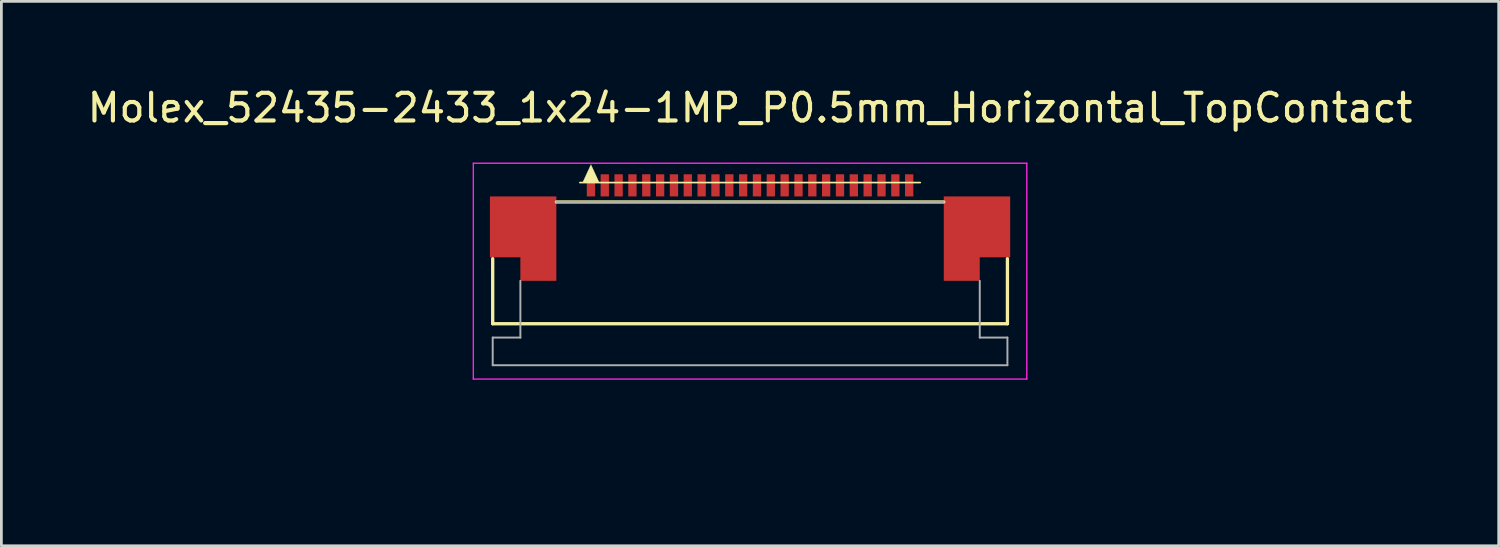
<source format=kicad_pcb>
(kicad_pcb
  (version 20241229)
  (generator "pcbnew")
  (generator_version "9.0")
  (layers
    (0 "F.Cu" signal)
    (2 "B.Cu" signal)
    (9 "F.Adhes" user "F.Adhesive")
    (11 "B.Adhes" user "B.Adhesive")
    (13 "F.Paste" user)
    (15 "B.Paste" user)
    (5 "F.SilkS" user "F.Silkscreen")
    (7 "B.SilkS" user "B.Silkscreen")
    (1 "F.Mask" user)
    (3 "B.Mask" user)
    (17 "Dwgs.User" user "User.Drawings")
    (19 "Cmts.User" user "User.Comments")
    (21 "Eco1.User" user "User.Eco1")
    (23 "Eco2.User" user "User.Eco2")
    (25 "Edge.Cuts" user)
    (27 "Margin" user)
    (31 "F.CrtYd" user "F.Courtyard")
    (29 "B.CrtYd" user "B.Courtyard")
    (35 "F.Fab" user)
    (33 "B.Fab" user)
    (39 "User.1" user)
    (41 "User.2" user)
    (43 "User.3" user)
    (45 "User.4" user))
  (footprint "Molex_52435-2433_1x24-1MP_P0.5mm_Horizontal_TopContact"
    (layer "F.Cu")
    (at 24.054 3.648)
    (property "Reference" "Molex_52435-2433_1x24-1MP_P0.5mm_Horizontal_TopContact" (at 0 -2.8 0) (layer "F.SilkS") (effects (font (size 1 1) (thickness 0.15))))
    (attr smd)
    (fp_line (start -9.3 5) (end -9.3 2.65) (stroke (width 0.12) (type solid)) (layer "F.SilkS"))
    (fp_line (start -9.3 5) (end 9.3 5) (stroke (width 0.12) (type solid)) (layer "F.SilkS"))
    (fp_line (start -7 0.6) (end 7 0.6) (stroke (width 0.12) (type solid)) (layer "F.SilkS"))
    (fp_line (start -6.15 -0.1) (end 6.15 -0.1) (stroke (width 0.06) (type solid)) (layer "F.SilkS"))
    (fp_line (start 9.3 5) (end 9.3 2.65) (stroke (width 0.12) (type solid)) (layer "F.SilkS"))
    (fp_poly (pts (xy -5.45 -0.1) (xy -6.05 -0.1) (xy -5.75 -0.75)) (stroke (width 0.01) (type solid)) (fill yes) (layer "F.SilkS"))
    (fp_line (start -6.325 2.1) (end -6.325 10) (stroke (width 0.05) (type solid)) (layer "Eco2.User"))
    (fp_line (start -6.325 2.1) (end 6.325 2.1) (stroke (width 0.05) (type solid)) (layer "Eco2.User"))
    (fp_line (start 6.325 2.1) (end 6.325 10) (stroke (width 0.05) (type solid)) (layer "Eco2.User"))
    (fp_line (start -10 -0.8) (end 10 -0.8) (stroke (width 0.05) (type solid)) (layer "F.CrtYd"))
    (fp_line (start -10 7) (end -10 -0.8) (stroke (width 0.05) (type solid)) (layer "F.CrtYd"))
    (fp_line (start -10 7) (end 10 7) (stroke (width 0.05) (type solid)) (layer "F.CrtYd"))
    (fp_line (start 10 -0.8) (end 10 7) (stroke (width 0.05) (type solid)) (layer "F.CrtYd"))
    (fp_line (start -9.3 5.5) (end -8.3 5.5) (stroke (width 0.07) (type solid)) (layer "F.Fab"))
    (fp_line (start -9.3 6.5) (end -9.3 5.5) (stroke (width 0.07) (type solid)) (layer "F.Fab"))
    (fp_line (start -9.3 6.5) (end 9.3 6.5) (stroke (width 0.07) (type solid)) (layer "F.Fab"))
    (fp_line (start -8.3 5.5) (end -8.3 3.45) (stroke (width 0.07) (type solid)) (layer "F.Fab"))
    (fp_line (start 7 0.6) (end -7 0.6) (stroke (width 0.07) (type solid)) (layer "F.Fab"))
    (fp_line (start 8.3 5.5) (end 8.3 3.45) (stroke (width 0.07) (type solid)) (layer "F.Fab"))
    (fp_line (start 9.3 5.5) (end 8.3 5.5) (stroke (width 0.07) (type solid)) (layer "F.Fab"))
    (fp_line (start 9.3 6.5) (end 9.3 5.5) (stroke (width 0.07) (type solid)) (layer "F.Fab"))
    (pad "0" smd custom (at -8.2 1.35) (size 1.524 1.524) (layers "F.Cu" "F.Mask" "F.Paste") (options (anchor circle)) (primitives (gr_poly (pts (xy 1.2 2.1) (xy -0.1 2.1) (xy -0.1 1.25) (xy -1.2 1.25) (xy -1.2 -0.95) (xy 1.2 -0.95)) (width 0) (fill yes))))
    (pad "0" smd custom (at 8.2 1.35) (size 1.524 1.524) (layers "F.Cu" "F.Mask" "F.Paste") (options (anchor circle)) (primitives (gr_poly (pts (xy -1.2 2.1) (xy 0.1 2.1) (xy 0.1 1.25) (xy 1.2 1.25) (xy 1.2 -0.95) (xy -1.2 -0.95)) (width 0) (fill yes))))
    (pad "1" smd rect (at -5.75 0) (size 0.3 0.8) (layers "F.Cu" "F.Mask" "F.Paste"))
    (pad "2" smd rect (at -5.25 0) (size 0.3 0.8) (layers "F.Cu" "F.Mask" "F.Paste"))
    (pad "3" smd rect (at -4.75 0) (size 0.3 0.8) (layers "F.Cu" "F.Mask" "F.Paste"))
    (pad "4" smd rect (at -4.25 0) (size 0.3 0.8) (layers "F.Cu" "F.Mask" "F.Paste"))
    (pad "5" smd rect (at -3.75 0) (size 0.3 0.8) (layers "F.Cu" "F.Mask" "F.Paste"))
    (pad "6" smd rect (at -3.25 0) (size 0.3 0.8) (layers "F.Cu" "F.Mask" "F.Paste"))
    (pad "7" smd rect (at -2.75 0) (size 0.3 0.8) (layers "F.Cu" "F.Mask" "F.Paste"))
    (pad "8" smd rect (at -2.25 0) (size 0.3 0.8) (layers "F.Cu" "F.Mask" "F.Paste"))
    (pad "9" smd rect (at -1.75 0) (size 0.3 0.8) (layers "F.Cu" "F.Mask" "F.Paste"))
    (pad "10" smd rect (at -1.25 0) (size 0.3 0.8) (layers "F.Cu" "F.Mask" "F.Paste"))
    (pad "11" smd rect (at -0.75 0) (size 0.3 0.8) (layers "F.Cu" "F.Mask" "F.Paste"))
    (pad "12" smd rect (at -0.25 0) (size 0.3 0.8) (layers "F.Cu" "F.Mask" "F.Paste"))
    (pad "13" smd rect (at 0.25 0) (size 0.3 0.8) (layers "F.Cu" "F.Mask" "F.Paste"))
    (pad "14" smd rect (at 0.75 0) (size 0.3 0.8) (layers "F.Cu" "F.Mask" "F.Paste"))
    (pad "15" smd rect (at 1.25 0) (size 0.3 0.8) (layers "F.Cu" "F.Mask" "F.Paste"))
    (pad "16" smd rect (at 1.75 0) (size 0.3 0.8) (layers "F.Cu" "F.Mask" "F.Paste"))
    (pad "17" smd rect (at 2.25 0) (size 0.3 0.8) (layers "F.Cu" "F.Mask" "F.Paste"))
    (pad "18" smd rect (at 2.75 0) (size 0.3 0.8) (layers "F.Cu" "F.Mask" "F.Paste"))
    (pad "19" smd rect (at 3.25 0) (size 0.3 0.8) (layers "F.Cu" "F.Mask" "F.Paste"))
    (pad "20" smd rect (at 3.75 0) (size 0.3 0.8) (layers "F.Cu" "F.Mask" "F.Paste"))
    (pad "21" smd rect (at 4.25 0) (size 0.3 0.8) (layers "F.Cu" "F.Mask" "F.Paste"))
    (pad "22" smd rect (at 4.75 0) (size 0.3 0.8) (layers "F.Cu" "F.Mask" "F.Paste"))
    (pad "23" smd rect (at 5.25 0) (size 0.3 0.8) (layers "F.Cu" "F.Mask" "F.Paste"))
    (pad "24" smd rect (at 5.75 0) (size 0.3 0.8) (layers "F.Cu" "F.Mask" "F.Paste")))
  (gr_rect
    (start -3 -3)
    (end 51.107 16.673)
    (stroke (width 0.1) (type default))
    (fill no)
    (layer "Edge.Cuts")))
</source>
